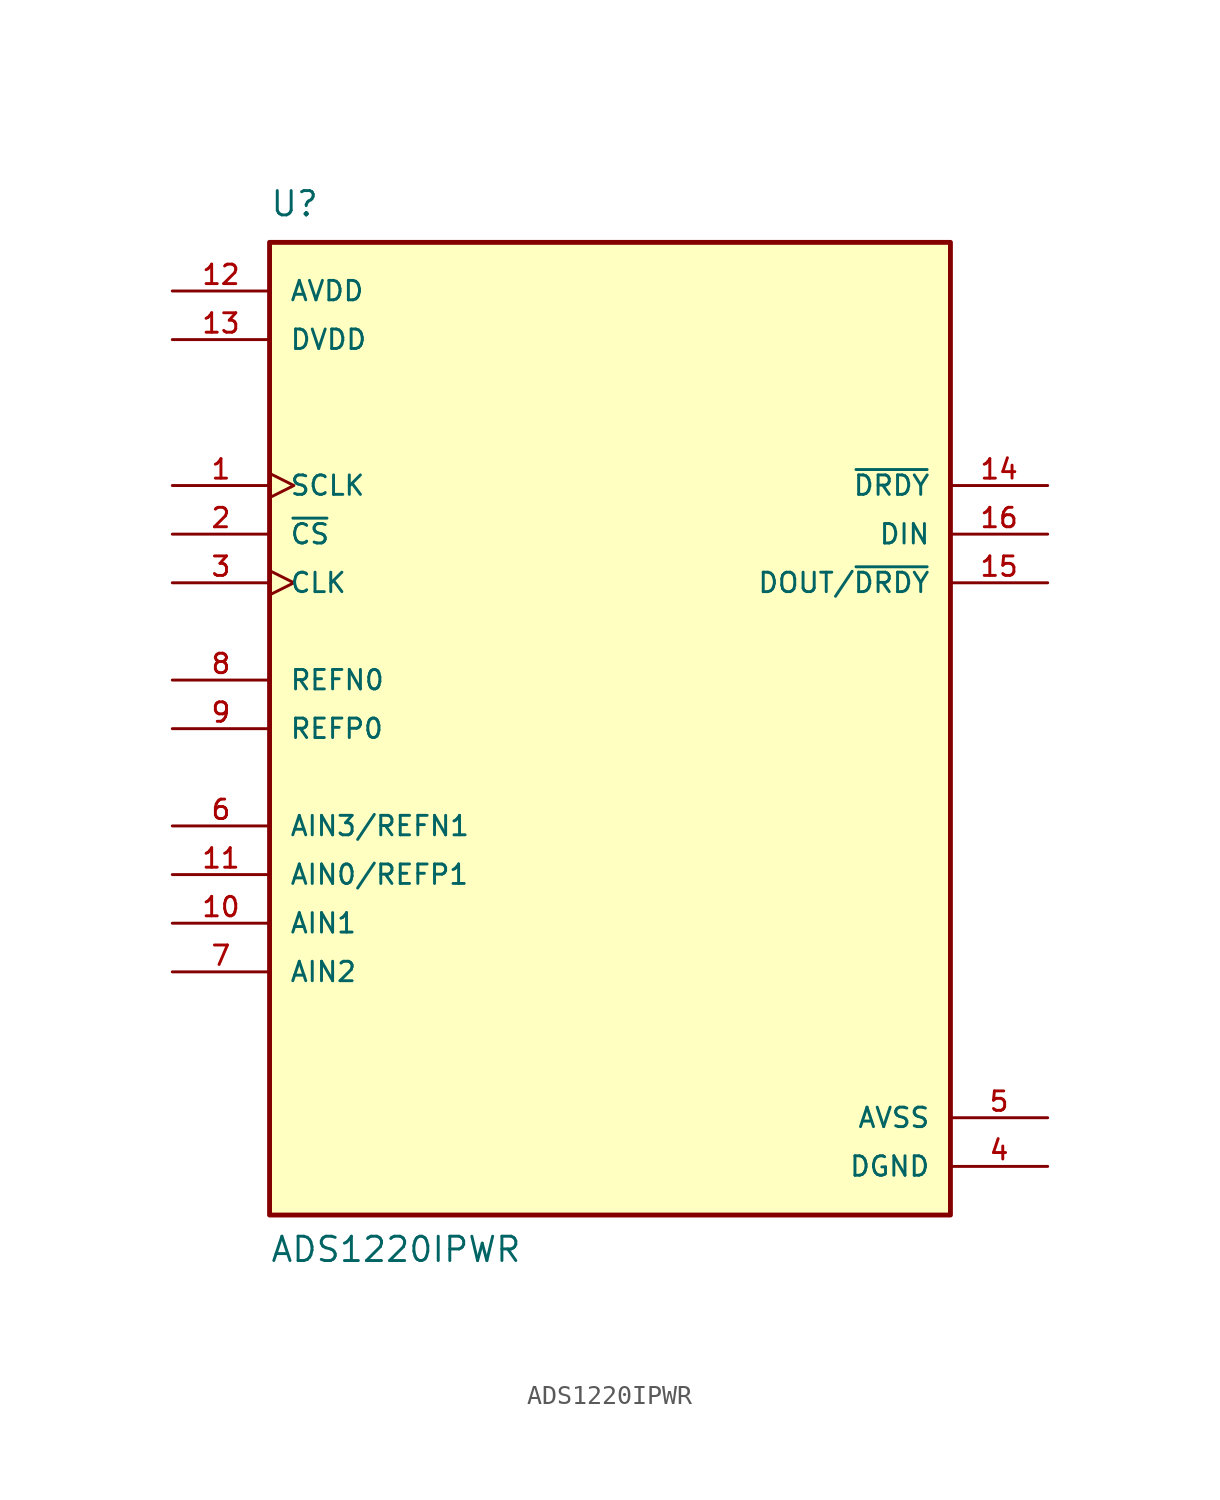
<source format=kicad_sym>
(kicad_symbol_lib
  (version 20211014)
  (generator kicad_symbol_editor)
  (symbol "ADS1220IPWR"
    (pin_names
      (offset 1.016))
    (property "Reference" "U"
      (at -17.78 26.67 0.0)
      (effects (font (size 1.27 1.27)) (justify bottom left)))
    (property "Value" "ADS1220IPWR"
      (at -17.78 -27.94 0.0)
      (effects (font (size 1.27 1.27)) (justify bottom left)))
    (symbol "ADS1220IPWR_0_0"
      (rectangle (start -17.78 -25.4) (end 17.78 25.4) (stroke (width 0.254)) (fill (type background)))
      (pin input line (at -22.86 -7.62 0) (length 5.08) (name "AIN0/REFP1" (effects (font (size 1.016 1.016)))) (number "11" (effects (font (size 1.016 1.016)))))
      (pin input line (at -22.86 -10.16 0) (length 5.08) (name "AIN1" (effects (font (size 1.016 1.016)))) (number "10" (effects (font (size 1.016 1.016)))))
      (pin input line (at -22.86 -12.7 0) (length 5.08) (name "AIN2" (effects (font (size 1.016 1.016)))) (number "7" (effects (font (size 1.016 1.016)))))
      (pin input line (at -22.86 -5.08 0) (length 5.08) (name "AIN3/REFN1" (effects (font (size 1.016 1.016)))) (number "6" (effects (font (size 1.016 1.016)))))
      (pin input clock (at -22.86 7.62 0) (length 5.08) (name "CLK" (effects (font (size 1.016 1.016)))) (number "3" (effects (font (size 1.016 1.016)))))
      (pin input line (at 22.86 10.16 180.0) (length 5.08) (name "DIN" (effects (font (size 1.016 1.016)))) (number "16" (effects (font (size 1.016 1.016)))))
      (pin input line (at -22.86 2.54 0) (length 5.08) (name "REFN0" (effects (font (size 1.016 1.016)))) (number "8" (effects (font (size 1.016 1.016)))))
      (pin input line (at -22.86 0.0 0) (length 5.08) (name "REFP0" (effects (font (size 1.016 1.016)))) (number "9" (effects (font (size 1.016 1.016)))))
      (pin input clock (at -22.86 12.7 0) (length 5.08) (name "SCLK" (effects (font (size 1.016 1.016)))) (number "1" (effects (font (size 1.016 1.016)))))
      (pin input line (at -22.86 10.16 0) (length 5.08) (name "~{CS}" (effects (font (size 1.016 1.016)))) (number "2" (effects (font (size 1.016 1.016)))))
      (pin output line (at 22.86 12.7 180.0) (length 5.08) (name "~{DRDY}" (effects (font (size 1.016 1.016)))) (number "14" (effects (font (size 1.016 1.016)))))
      (pin power_in line (at -22.86 22.86 0) (length 5.08) (name "AVDD" (effects (font (size 1.016 1.016)))) (number "12" (effects (font (size 1.016 1.016)))))
      (pin power_in line (at -22.86 20.32 0) (length 5.08) (name "DVDD" (effects (font (size 1.016 1.016)))) (number "13" (effects (font (size 1.016 1.016)))))
      (pin output line (at 22.86 7.62 180.0) (length 5.08) (name "DOUT/~{DRDY}" (effects (font (size 1.016 1.016)))) (number "15" (effects (font (size 1.016 1.016)))))
      (pin power_in line (at 22.86 -20.32 180.0) (length 5.08) (name "AVSS" (effects (font (size 1.016 1.016)))) (number "5" (effects (font (size 1.016 1.016)))))
      (pin power_in line (at 22.86 -22.86 180.0) (length 5.08) (name "DGND" (effects (font (size 1.016 1.016)))) (number "4" (effects (font (size 1.016 1.016))))))))
</source>
